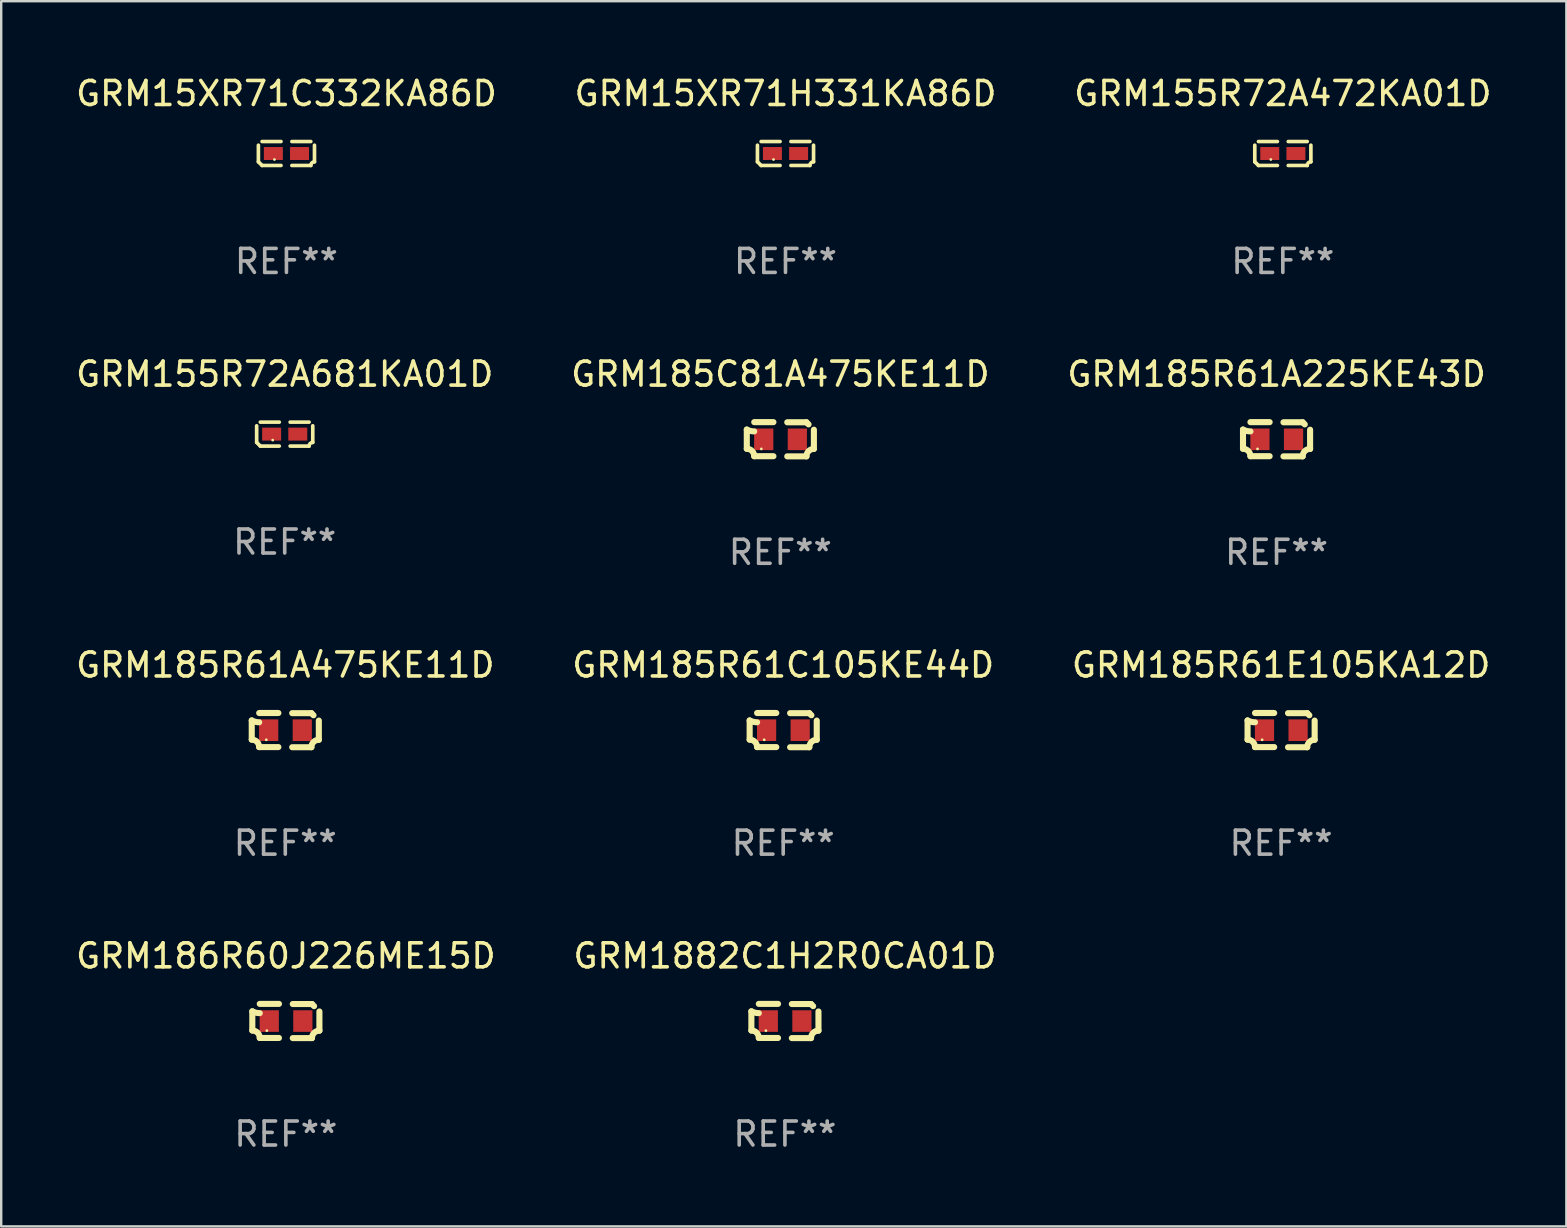
<source format=kicad_pcb>
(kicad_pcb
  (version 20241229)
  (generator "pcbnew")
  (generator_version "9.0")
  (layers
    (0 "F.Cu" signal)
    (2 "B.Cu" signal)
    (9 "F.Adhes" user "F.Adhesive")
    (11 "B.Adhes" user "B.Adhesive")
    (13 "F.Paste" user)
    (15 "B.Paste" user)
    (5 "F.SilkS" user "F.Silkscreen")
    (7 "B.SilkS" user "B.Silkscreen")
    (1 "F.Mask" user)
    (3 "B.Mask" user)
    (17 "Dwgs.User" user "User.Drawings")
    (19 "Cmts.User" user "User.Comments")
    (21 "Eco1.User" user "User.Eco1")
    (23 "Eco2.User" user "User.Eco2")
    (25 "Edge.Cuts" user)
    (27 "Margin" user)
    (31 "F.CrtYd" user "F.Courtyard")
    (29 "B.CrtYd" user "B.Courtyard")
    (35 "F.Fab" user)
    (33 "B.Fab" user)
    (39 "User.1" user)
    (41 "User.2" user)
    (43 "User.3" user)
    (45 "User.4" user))
  (footprint "GRM185R61A225KE43D"
    (layer "F.Cu")
    (at 50.149 15.255)
    (property "Reference" "GRM185R61A225KE43D" (at 0 -2.713 0) (layer "F.SilkS") (effects (font (size 1 1) (thickness 0.15))))
    (attr through_hole)
    (fp_line (start -1.398 -0.403) (end -1.398 0.397) (stroke (width 0.254) (type solid)) (layer "F.SilkS"))
    (fp_line (start -0.288 -0.713) (end -1.088 -0.713) (stroke (width 0.254) (type solid)) (layer "F.SilkS"))
    (fp_line (start -0.288 0.707) (end -1.088 0.707) (stroke (width 0.254) (type solid)) (layer "F.SilkS"))
    (fp_line (start 0.288 -0.707) (end 1.088 -0.707) (stroke (width 0.254) (type solid)) (layer "F.SilkS"))
    (fp_line (start 0.288 0.713) (end 1.088 0.713) (stroke (width 0.254) (type solid)) (layer "F.SilkS"))
    (fp_line (start 1.398 -0.397) (end 1.398 0.403) (stroke (width 0.254) (type solid)) (layer "F.SilkS"))
    (fp_arc (start -1.397789 0.397066) (mid -1.178701 0.487826) (end -1.08796 0.706922) (stroke (width 0.254001) (type solid)) (layer "F.SilkS"))
    (fp_arc (start -1.08796 -0.327176) (mid -1.247436 -0.346384) (end -1.39779 -0.402908) (stroke (width 0.254001) (type solid)) (layer "F.SilkS"))
    (fp_arc (start 1.087909 0.712738) (mid 1.178656 0.493655) (end 1.397739 0.402908) (stroke (width 0.254001) (type solid)) (layer "F.SilkS"))
    (fp_arc (start 1.175925 -0.618926) (mid 1.131917 -0.662923) (end 1.08791 -0.706922) (stroke (width 0.254001) (type solid)) (layer "F.SilkS"))
    (fp_circle (center -0.792 0.403) (end -0.762 0.403) (stroke (width 0.06) (type solid)) (fill no) (layer "F.SilkS"))
    (fp_text user "REF**" (at 0 4.713 0) (layer "F.Fab") (effects (font (size 1 1) (thickness 0.15))))
    (pad "1" smd rect (at -0.692 0.003) (size 0.8 0.9) (layers "F.Cu" "F.Mask" "F.Paste"))
    (pad "2" smd rect (at 0.708 0.003) (size 0.8 0.9) (layers "F.Cu" "F.Mask" "F.Paste")))
  (footprint "GRM186R60J226ME15D"
    (layer "F.Cu")
    (at 8.863 39.499)
    (property "Reference" "GRM186R60J226ME15D" (at 0 -2.713 0) (layer "F.SilkS") (effects (font (size 1 1) (thickness 0.15))))
    (attr through_hole)
    (fp_line (start -1.398 -0.403) (end -1.398 0.397) (stroke (width 0.254) (type solid)) (layer "F.SilkS"))
    (fp_line (start -0.288 -0.713) (end -1.088 -0.713) (stroke (width 0.254) (type solid)) (layer "F.SilkS"))
    (fp_line (start -0.288 0.707) (end -1.088 0.707) (stroke (width 0.254) (type solid)) (layer "F.SilkS"))
    (fp_line (start 0.288 -0.707) (end 1.088 -0.707) (stroke (width 0.254) (type solid)) (layer "F.SilkS"))
    (fp_line (start 0.288 0.713) (end 1.088 0.713) (stroke (width 0.254) (type solid)) (layer "F.SilkS"))
    (fp_line (start 1.398 -0.397) (end 1.398 0.403) (stroke (width 0.254) (type solid)) (layer "F.SilkS"))
    (fp_arc (start -1.397789 0.397066) (mid -1.178701 0.487826) (end -1.08796 0.706922) (stroke (width 0.254001) (type solid)) (layer "F.SilkS"))
    (fp_arc (start -1.08796 -0.327176) (mid -1.247436 -0.346384) (end -1.39779 -0.402908) (stroke (width 0.254001) (type solid)) (layer "F.SilkS"))
    (fp_arc (start 1.087909 0.712738) (mid 1.178656 0.493655) (end 1.397739 0.402908) (stroke (width 0.254001) (type solid)) (layer "F.SilkS"))
    (fp_arc (start 1.175925 -0.618926) (mid 1.131917 -0.662923) (end 1.08791 -0.706922) (stroke (width 0.254001) (type solid)) (layer "F.SilkS"))
    (fp_circle (center -0.792 0.403) (end -0.762 0.403) (stroke (width 0.06) (type solid)) (fill no) (layer "F.SilkS"))
    (fp_text user "REF**" (at 0 4.713 0) (layer "F.Fab") (effects (font (size 1 1) (thickness 0.15))))
    (pad "1" smd rect (at -0.692 0.003) (size 0.8 0.9) (layers "F.Cu" "F.Mask" "F.Paste"))
    (pad "2" smd rect (at 0.708 0.003) (size 0.8 0.9) (layers "F.Cu" "F.Mask" "F.Paste")))
  (footprint "GRM185R61C105KE44D"
    (layer "F.Cu")
    (at 29.589 27.377)
    (property "Reference" "GRM185R61C105KE44D" (at 0 -2.713 0) (layer "F.SilkS") (effects (font (size 1 1) (thickness 0.15))))
    (attr through_hole)
    (fp_line (start -1.398 -0.403) (end -1.398 0.397) (stroke (width 0.254) (type solid)) (layer "F.SilkS"))
    (fp_line (start -0.288 -0.713) (end -1.088 -0.713) (stroke (width 0.254) (type solid)) (layer "F.SilkS"))
    (fp_line (start -0.288 0.707) (end -1.088 0.707) (stroke (width 0.254) (type solid)) (layer "F.SilkS"))
    (fp_line (start 0.288 -0.707) (end 1.088 -0.707) (stroke (width 0.254) (type solid)) (layer "F.SilkS"))
    (fp_line (start 0.288 0.713) (end 1.088 0.713) (stroke (width 0.254) (type solid)) (layer "F.SilkS"))
    (fp_line (start 1.398 -0.397) (end 1.398 0.403) (stroke (width 0.254) (type solid)) (layer "F.SilkS"))
    (fp_arc (start -1.397789 0.397066) (mid -1.178701 0.487826) (end -1.08796 0.706922) (stroke (width 0.254001) (type solid)) (layer "F.SilkS"))
    (fp_arc (start -1.08796 -0.327176) (mid -1.247436 -0.346384) (end -1.39779 -0.402908) (stroke (width 0.254001) (type solid)) (layer "F.SilkS"))
    (fp_arc (start 1.087909 0.712738) (mid 1.178656 0.493655) (end 1.397739 0.402908) (stroke (width 0.254001) (type solid)) (layer "F.SilkS"))
    (fp_arc (start 1.175925 -0.618926) (mid 1.131917 -0.662923) (end 1.08791 -0.706922) (stroke (width 0.254001) (type solid)) (layer "F.SilkS"))
    (fp_circle (center -0.792 0.403) (end -0.762 0.403) (stroke (width 0.06) (type solid)) (fill no) (layer "F.SilkS"))
    (fp_text user "REF**" (at 0 4.713 0) (layer "F.Fab") (effects (font (size 1 1) (thickness 0.15))))
    (pad "1" smd rect (at -0.692 0.003) (size 0.8 0.9) (layers "F.Cu" "F.Mask" "F.Paste"))
    (pad "2" smd rect (at 0.708 0.003) (size 0.8 0.9) (layers "F.Cu" "F.Mask" "F.Paste")))
  (footprint "GRM15XR71C332KA86D"
    (layer "F.Cu")
    (at 8.887 3.347)
    (property "Reference" "GRM15XR71C332KA86D" (at 0 -2.499 0) (layer "F.SilkS") (effects (font (size 1 1) (thickness 0.15))))
    (attr through_hole)
    (fp_line (start -1.169 0.346) (end -1.169 -0.346) (stroke (width 0.152) (type solid)) (layer "F.SilkS"))
    (fp_line (start -1.016 -0.499) (end -0.226 -0.499) (stroke (width 0.152) (type solid)) (layer "F.SilkS"))
    (fp_line (start -0.226 0.499) (end -1.016 0.499) (stroke (width 0.152) (type solid)) (layer "F.SilkS"))
    (fp_line (start 0.226 0.499) (end 1.016 0.499) (stroke (width 0.152) (type solid)) (layer "F.SilkS"))
    (fp_line (start 1.016 -0.499) (end 0.226 -0.499) (stroke (width 0.152) (type solid)) (layer "F.SilkS"))
    (fp_line (start 1.169 0.346) (end 1.169 -0.346) (stroke (width 0.152) (type solid)) (layer "F.SilkS"))
    (fp_arc (start -1.016307 0.498603) (mid -1.092512 0.422405) (end -1.16871 0.3462) (stroke (width 0.1524) (type solid)) (layer "F.SilkS"))
    (fp_arc (start 1.016307 0.498603) (mid 1.060899 0.390758) (end 1.168707 0.346076) (stroke (width 0.1524) (type solid)) (layer "F.SilkS"))
    (fp_circle (center -0.5 0.25) (end -0.47 0.25) (stroke (width 0.06) (type solid)) (fill no) (layer "F.SilkS"))
    (fp_text user "REF**" (at 0 4.499 0) (layer "F.Fab") (effects (font (size 1 1) (thickness 0.15))))
    (pad "1" smd rect (at -0.545 0) (size 0.79 0.54) (layers "F.Cu" "F.Mask" "F.Paste"))
    (pad "2" smd rect (at 0.545 0) (size 0.79 0.54) (layers "F.Cu" "F.Mask" "F.Paste")))
  (footprint "GRM155R72A472KA01D"
    (layer "F.Cu")
    (at 50.411 3.347)
    (property "Reference" "GRM155R72A472KA01D" (at 0 -2.499 0) (layer "F.SilkS") (effects (font (size 1 1) (thickness 0.15))))
    (attr through_hole)
    (fp_line (start -1.169 0.346) (end -1.169 -0.346) (stroke (width 0.152) (type solid)) (layer "F.SilkS"))
    (fp_line (start -1.016 -0.499) (end -0.226 -0.499) (stroke (width 0.152) (type solid)) (layer "F.SilkS"))
    (fp_line (start -0.226 0.499) (end -1.016 0.499) (stroke (width 0.152) (type solid)) (layer "F.SilkS"))
    (fp_line (start 0.226 0.499) (end 1.016 0.499) (stroke (width 0.152) (type solid)) (layer "F.SilkS"))
    (fp_line (start 1.016 -0.499) (end 0.226 -0.499) (stroke (width 0.152) (type solid)) (layer "F.SilkS"))
    (fp_line (start 1.169 0.346) (end 1.169 -0.346) (stroke (width 0.152) (type solid)) (layer "F.SilkS"))
    (fp_arc (start -1.016307 0.498603) (mid -1.092512 0.422405) (end -1.16871 0.3462) (stroke (width 0.1524) (type solid)) (layer "F.SilkS"))
    (fp_arc (start 1.016307 0.498603) (mid 1.060899 0.390758) (end 1.168707 0.346076) (stroke (width 0.1524) (type solid)) (layer "F.SilkS"))
    (fp_circle (center -0.5 0.25) (end -0.47 0.25) (stroke (width 0.06) (type solid)) (fill no) (layer "F.SilkS"))
    (fp_text user "REF**" (at 0 4.499 0) (layer "F.Fab") (effects (font (size 1 1) (thickness 0.15))))
    (pad "1" smd rect (at -0.545 0) (size 0.79 0.54) (layers "F.Cu" "F.Mask" "F.Paste"))
    (pad "2" smd rect (at 0.545 0) (size 0.79 0.54) (layers "F.Cu" "F.Mask" "F.Paste")))
  (footprint "GRM15XR71H331KA86D"
    (layer "F.Cu")
    (at 29.685 3.347)
    (property "Reference" "GRM15XR71H331KA86D" (at 0 -2.499 0) (layer "F.SilkS") (effects (font (size 1 1) (thickness 0.15))))
    (attr through_hole)
    (fp_line (start -1.169 0.346) (end -1.169 -0.346) (stroke (width 0.152) (type solid)) (layer "F.SilkS"))
    (fp_line (start -1.016 -0.499) (end -0.226 -0.499) (stroke (width 0.152) (type solid)) (layer "F.SilkS"))
    (fp_line (start -0.226 0.499) (end -1.016 0.499) (stroke (width 0.152) (type solid)) (layer "F.SilkS"))
    (fp_line (start 0.226 0.499) (end 1.016 0.499) (stroke (width 0.152) (type solid)) (layer "F.SilkS"))
    (fp_line (start 1.016 -0.499) (end 0.226 -0.499) (stroke (width 0.152) (type solid)) (layer "F.SilkS"))
    (fp_line (start 1.169 0.346) (end 1.169 -0.346) (stroke (width 0.152) (type solid)) (layer "F.SilkS"))
    (fp_arc (start -1.016307 0.498603) (mid -1.092512 0.422405) (end -1.16871 0.3462) (stroke (width 0.1524) (type solid)) (layer "F.SilkS"))
    (fp_arc (start 1.016307 0.498603) (mid 1.060899 0.390758) (end 1.168707 0.346076) (stroke (width 0.1524) (type solid)) (layer "F.SilkS"))
    (fp_circle (center -0.5 0.25) (end -0.47 0.25) (stroke (width 0.06) (type solid)) (fill no) (layer "F.SilkS"))
    (fp_text user "REF**" (at 0 4.499 0) (layer "F.Fab") (effects (font (size 1 1) (thickness 0.15))))
    (pad "1" smd rect (at -0.545 0) (size 0.79 0.54) (layers "F.Cu" "F.Mask" "F.Paste"))
    (pad "2" smd rect (at 0.545 0) (size 0.79 0.54) (layers "F.Cu" "F.Mask" "F.Paste")))
  (footprint "GRM185C81A475KE11D"
    (layer "F.Cu")
    (at 29.47 15.255)
    (property "Reference" "GRM185C81A475KE11D" (at 0 -2.713 0) (layer "F.SilkS") (effects (font (size 1 1) (thickness 0.15))))
    (attr through_hole)
    (fp_line (start -1.398 -0.403) (end -1.398 0.397) (stroke (width 0.254) (type solid)) (layer "F.SilkS"))
    (fp_line (start -0.288 -0.713) (end -1.088 -0.713) (stroke (width 0.254) (type solid)) (layer "F.SilkS"))
    (fp_line (start -0.288 0.707) (end -1.088 0.707) (stroke (width 0.254) (type solid)) (layer "F.SilkS"))
    (fp_line (start 0.288 -0.707) (end 1.088 -0.707) (stroke (width 0.254) (type solid)) (layer "F.SilkS"))
    (fp_line (start 0.288 0.713) (end 1.088 0.713) (stroke (width 0.254) (type solid)) (layer "F.SilkS"))
    (fp_line (start 1.398 -0.397) (end 1.398 0.403) (stroke (width 0.254) (type solid)) (layer "F.SilkS"))
    (fp_arc (start -1.397789 0.397066) (mid -1.178701 0.487826) (end -1.08796 0.706922) (stroke (width 0.254001) (type solid)) (layer "F.SilkS"))
    (fp_arc (start -1.08796 -0.327176) (mid -1.247436 -0.346384) (end -1.39779 -0.402908) (stroke (width 0.254001) (type solid)) (layer "F.SilkS"))
    (fp_arc (start 1.087909 0.712738) (mid 1.178656 0.493655) (end 1.397739 0.402908) (stroke (width 0.254001) (type solid)) (layer "F.SilkS"))
    (fp_arc (start 1.175925 -0.618926) (mid 1.131917 -0.662923) (end 1.08791 -0.706922) (stroke (width 0.254001) (type solid)) (layer "F.SilkS"))
    (fp_circle (center -0.792 0.403) (end -0.762 0.403) (stroke (width 0.06) (type solid)) (fill no) (layer "F.SilkS"))
    (fp_text user "REF**" (at 0 4.713 0) (layer "F.Fab") (effects (font (size 1 1) (thickness 0.15))))
    (pad "1" smd rect (at -0.692 0.003) (size 0.8 0.9) (layers "F.Cu" "F.Mask" "F.Paste"))
    (pad "2" smd rect (at 0.708 0.003) (size 0.8 0.9) (layers "F.Cu" "F.Mask" "F.Paste")))
  (footprint "GRM185R61A475KE11D"
    (layer "F.Cu")
    (at 8.839 27.377)
    (property "Reference" "GRM185R61A475KE11D" (at 0 -2.713 0) (layer "F.SilkS") (effects (font (size 1 1) (thickness 0.15))))
    (attr through_hole)
    (fp_line (start -1.398 -0.403) (end -1.398 0.397) (stroke (width 0.254) (type solid)) (layer "F.SilkS"))
    (fp_line (start -0.288 -0.713) (end -1.088 -0.713) (stroke (width 0.254) (type solid)) (layer "F.SilkS"))
    (fp_line (start -0.288 0.707) (end -1.088 0.707) (stroke (width 0.254) (type solid)) (layer "F.SilkS"))
    (fp_line (start 0.288 -0.707) (end 1.088 -0.707) (stroke (width 0.254) (type solid)) (layer "F.SilkS"))
    (fp_line (start 0.288 0.713) (end 1.088 0.713) (stroke (width 0.254) (type solid)) (layer "F.SilkS"))
    (fp_line (start 1.398 -0.397) (end 1.398 0.403) (stroke (width 0.254) (type solid)) (layer "F.SilkS"))
    (fp_arc (start -1.397789 0.397066) (mid -1.178701 0.487826) (end -1.08796 0.706922) (stroke (width 0.254001) (type solid)) (layer "F.SilkS"))
    (fp_arc (start -1.08796 -0.327176) (mid -1.247436 -0.346384) (end -1.39779 -0.402908) (stroke (width 0.254001) (type solid)) (layer "F.SilkS"))
    (fp_arc (start 1.087909 0.712738) (mid 1.178656 0.493655) (end 1.397739 0.402908) (stroke (width 0.254001) (type solid)) (layer "F.SilkS"))
    (fp_arc (start 1.175925 -0.618926) (mid 1.131917 -0.662923) (end 1.08791 -0.706922) (stroke (width 0.254001) (type solid)) (layer "F.SilkS"))
    (fp_circle (center -0.792 0.403) (end -0.762 0.403) (stroke (width 0.06) (type solid)) (fill no) (layer "F.SilkS"))
    (fp_text user "REF**" (at 0 4.713 0) (layer "F.Fab") (effects (font (size 1 1) (thickness 0.15))))
    (pad "1" smd rect (at -0.692 0.003) (size 0.8 0.9) (layers "F.Cu" "F.Mask" "F.Paste"))
    (pad "2" smd rect (at 0.708 0.003) (size 0.8 0.9) (layers "F.Cu" "F.Mask" "F.Paste")))
  (footprint "GRM155R72A681KA01D"
    (layer "F.Cu")
    (at 8.815 15.041)
    (property "Reference" "GRM155R72A681KA01D" (at 0 -2.499 0) (layer "F.SilkS") (effects (font (size 1 1) (thickness 0.15))))
    (attr through_hole)
    (fp_line (start -1.169 0.346) (end -1.169 -0.346) (stroke (width 0.152) (type solid)) (layer "F.SilkS"))
    (fp_line (start -1.016 -0.499) (end -0.226 -0.499) (stroke (width 0.152) (type solid)) (layer "F.SilkS"))
    (fp_line (start -0.226 0.499) (end -1.016 0.499) (stroke (width 0.152) (type solid)) (layer "F.SilkS"))
    (fp_line (start 0.226 0.499) (end 1.016 0.499) (stroke (width 0.152) (type solid)) (layer "F.SilkS"))
    (fp_line (start 1.016 -0.499) (end 0.226 -0.499) (stroke (width 0.152) (type solid)) (layer "F.SilkS"))
    (fp_line (start 1.169 0.346) (end 1.169 -0.346) (stroke (width 0.152) (type solid)) (layer "F.SilkS"))
    (fp_arc (start -1.016307 0.498603) (mid -1.092512 0.422405) (end -1.16871 0.3462) (stroke (width 0.1524) (type solid)) (layer "F.SilkS"))
    (fp_arc (start 1.016307 0.498603) (mid 1.060899 0.390758) (end 1.168707 0.346076) (stroke (width 0.1524) (type solid)) (layer "F.SilkS"))
    (fp_circle (center -0.5 0.25) (end -0.47 0.25) (stroke (width 0.06) (type solid)) (fill no) (layer "F.SilkS"))
    (fp_text user "REF**" (at 0 4.499 0) (layer "F.Fab") (effects (font (size 1 1) (thickness 0.15))))
    (pad "1" smd rect (at -0.545 0) (size 0.79 0.54) (layers "F.Cu" "F.Mask" "F.Paste"))
    (pad "2" smd rect (at 0.545 0) (size 0.79 0.54) (layers "F.Cu" "F.Mask" "F.Paste")))
  (footprint "GRM185R61E105KA12D"
    (layer "F.Cu")
    (at 50.339 27.377)
    (property "Reference" "GRM185R61E105KA12D" (at 0 -2.713 0) (layer "F.SilkS") (effects (font (size 1 1) (thickness 0.15))))
    (attr through_hole)
    (fp_line (start -1.398 -0.403) (end -1.398 0.397) (stroke (width 0.254) (type solid)) (layer "F.SilkS"))
    (fp_line (start -0.288 -0.713) (end -1.088 -0.713) (stroke (width 0.254) (type solid)) (layer "F.SilkS"))
    (fp_line (start -0.288 0.707) (end -1.088 0.707) (stroke (width 0.254) (type solid)) (layer "F.SilkS"))
    (fp_line (start 0.288 -0.707) (end 1.088 -0.707) (stroke (width 0.254) (type solid)) (layer "F.SilkS"))
    (fp_line (start 0.288 0.713) (end 1.088 0.713) (stroke (width 0.254) (type solid)) (layer "F.SilkS"))
    (fp_line (start 1.398 -0.397) (end 1.398 0.403) (stroke (width 0.254) (type solid)) (layer "F.SilkS"))
    (fp_arc (start -1.397789 0.397066) (mid -1.178701 0.487826) (end -1.08796 0.706922) (stroke (width 0.254001) (type solid)) (layer "F.SilkS"))
    (fp_arc (start -1.08796 -0.327176) (mid -1.247436 -0.346384) (end -1.39779 -0.402908) (stroke (width 0.254001) (type solid)) (layer "F.SilkS"))
    (fp_arc (start 1.087909 0.712738) (mid 1.178656 0.493655) (end 1.397739 0.402908) (stroke (width 0.254001) (type solid)) (layer "F.SilkS"))
    (fp_arc (start 1.175925 -0.618926) (mid 1.131917 -0.662923) (end 1.08791 -0.706922) (stroke (width 0.254001) (type solid)) (layer "F.SilkS"))
    (fp_circle (center -0.792 0.403) (end -0.762 0.403) (stroke (width 0.06) (type solid)) (fill no) (layer "F.SilkS"))
    (fp_text user "REF**" (at 0 4.713 0) (layer "F.Fab") (effects (font (size 1 1) (thickness 0.15))))
    (pad "1" smd rect (at -0.692 0.003) (size 0.8 0.9) (layers "F.Cu" "F.Mask" "F.Paste"))
    (pad "2" smd rect (at 0.708 0.003) (size 0.8 0.9) (layers "F.Cu" "F.Mask" "F.Paste")))
  (footprint "GRM1882C1H2R0CA01D"
    (layer "F.Cu")
    (at 29.661 39.499)
    (property "Reference" "GRM1882C1H2R0CA01D" (at 0 -2.713 0) (layer "F.SilkS") (effects (font (size 1 1) (thickness 0.15))))
    (attr through_hole)
    (fp_line (start -1.398 -0.403) (end -1.398 0.397) (stroke (width 0.254) (type solid)) (layer "F.SilkS"))
    (fp_line (start -0.288 -0.713) (end -1.088 -0.713) (stroke (width 0.254) (type solid)) (layer "F.SilkS"))
    (fp_line (start -0.288 0.707) (end -1.088 0.707) (stroke (width 0.254) (type solid)) (layer "F.SilkS"))
    (fp_line (start 0.288 -0.707) (end 1.088 -0.707) (stroke (width 0.254) (type solid)) (layer "F.SilkS"))
    (fp_line (start 0.288 0.713) (end 1.088 0.713) (stroke (width 0.254) (type solid)) (layer "F.SilkS"))
    (fp_line (start 1.398 -0.397) (end 1.398 0.403) (stroke (width 0.254) (type solid)) (layer "F.SilkS"))
    (fp_arc (start -1.397789 0.397066) (mid -1.178701 0.487826) (end -1.08796 0.706922) (stroke (width 0.254001) (type solid)) (layer "F.SilkS"))
    (fp_arc (start -1.08796 -0.327176) (mid -1.247436 -0.346384) (end -1.39779 -0.402908) (stroke (width 0.254001) (type solid)) (layer "F.SilkS"))
    (fp_arc (start 1.087909 0.712738) (mid 1.178656 0.493655) (end 1.397739 0.402908) (stroke (width 0.254001) (type solid)) (layer "F.SilkS"))
    (fp_arc (start 1.175925 -0.618926) (mid 1.131917 -0.662923) (end 1.08791 -0.706922) (stroke (width 0.254001) (type solid)) (layer "F.SilkS"))
    (fp_circle (center -0.792 0.403) (end -0.762 0.403) (stroke (width 0.06) (type solid)) (fill no) (layer "F.SilkS"))
    (fp_text user "REF**" (at 0 4.713 0) (layer "F.Fab") (effects (font (size 1 1) (thickness 0.15))))
    (pad "1" smd rect (at -0.692 0.003) (size 0.8 0.9) (layers "F.Cu" "F.Mask" "F.Paste"))
    (pad "2" smd rect (at 0.708 0.003) (size 0.8 0.9) (layers "F.Cu" "F.Mask" "F.Paste")))
  (gr_rect
    (start -3 -3)
    (end 62.226 48.06)
    (stroke (width 0.1) (type default))
    (fill no)
    (layer "Edge.Cuts")))
</source>
